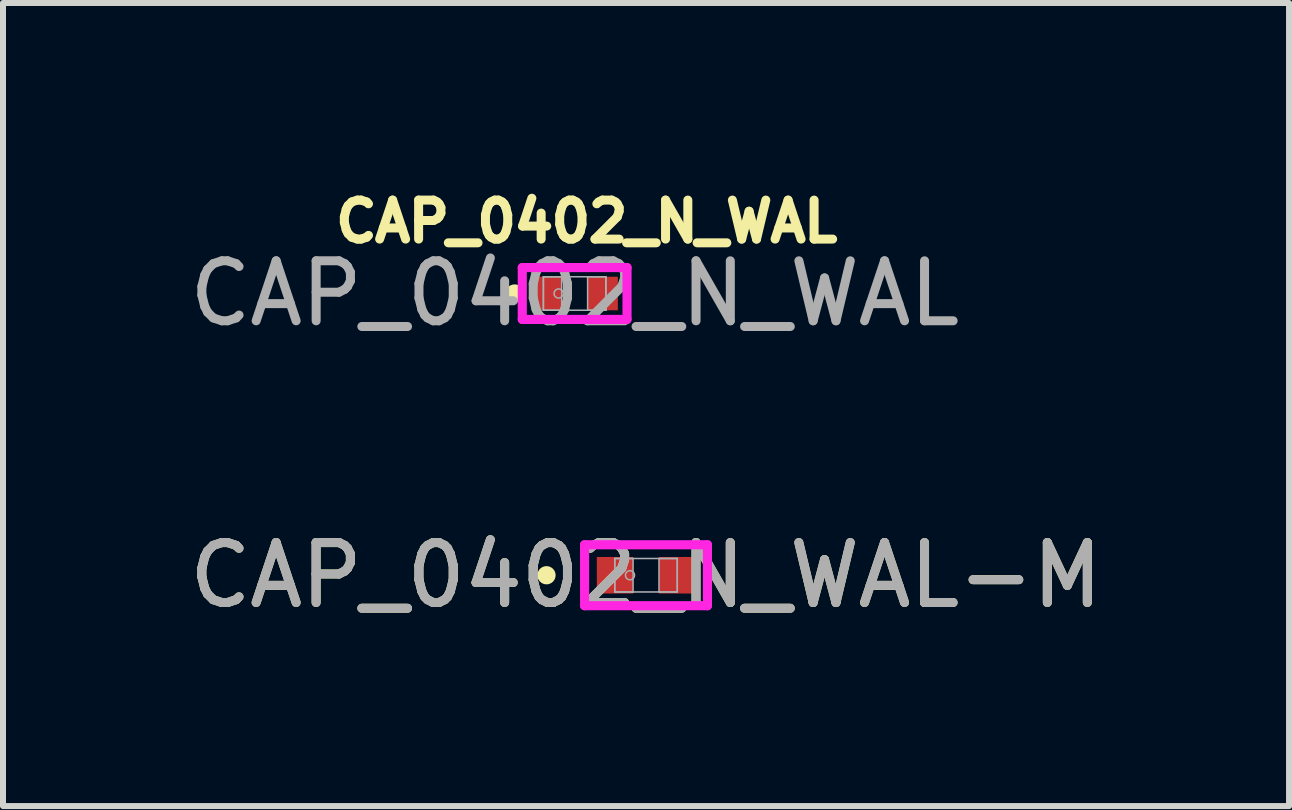
<source format=kicad_pcb>
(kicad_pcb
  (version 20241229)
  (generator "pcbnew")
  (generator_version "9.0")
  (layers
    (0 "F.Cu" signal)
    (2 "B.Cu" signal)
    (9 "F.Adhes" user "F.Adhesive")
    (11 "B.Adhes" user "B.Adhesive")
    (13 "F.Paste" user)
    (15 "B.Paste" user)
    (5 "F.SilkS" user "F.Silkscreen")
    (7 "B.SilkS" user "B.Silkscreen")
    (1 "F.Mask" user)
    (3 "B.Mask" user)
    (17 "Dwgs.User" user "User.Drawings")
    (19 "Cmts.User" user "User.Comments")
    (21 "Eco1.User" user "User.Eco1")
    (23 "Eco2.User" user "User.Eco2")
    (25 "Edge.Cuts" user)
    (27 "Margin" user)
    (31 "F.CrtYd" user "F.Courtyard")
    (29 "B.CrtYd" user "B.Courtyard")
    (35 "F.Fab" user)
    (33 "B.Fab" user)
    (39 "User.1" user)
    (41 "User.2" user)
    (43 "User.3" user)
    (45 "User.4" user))
  (footprint "CAP_0402_N_WAL-M"
    (layer "F.Cu")
    (at 7.72 6.54)
    (property "Reference" "CAP_0402_N_WAL-M" (at 0 0 0) (unlocked yes) (layer "F.SilkS") (effects (font (size 1 1) (thickness 0.15))))
    (attr smd)
    (fp_circle (center -1.659 0) (end -1.583 0) (stroke (width 0.152) (type solid)) (fill no) (layer "F.SilkS"))
    (fp_line (start -1.024 -0.508) (end 1.024 -0.508) (stroke (width 0.152) (type solid)) (layer "F.CrtYd"))
    (fp_line (start -1.024 0.508) (end -1.024 -0.508) (stroke (width 0.152) (type solid)) (layer "F.CrtYd"))
    (fp_line (start 1.024 -0.508) (end 1.024 0.508) (stroke (width 0.152) (type solid)) (layer "F.CrtYd"))
    (fp_line (start 1.024 0.508) (end -1.024 0.508) (stroke (width 0.152) (type solid)) (layer "F.CrtYd"))
    (fp_line (start -0.521 -0.279) (end -0.521 0.279) (stroke (width 0.025) (type solid)) (layer "F.Fab"))
    (fp_line (start -0.521 -0.279) (end -0.521 0.279) (stroke (width 0.025) (type solid)) (layer "F.Fab"))
    (fp_line (start -0.521 0.279) (end -0.216 0.279) (stroke (width 0.025) (type solid)) (layer "F.Fab"))
    (fp_line (start -0.521 0.279) (end 0.521 0.279) (stroke (width 0.025) (type solid)) (layer "F.Fab"))
    (fp_line (start -0.216 -0.279) (end -0.521 -0.279) (stroke (width 0.025) (type solid)) (layer "F.Fab"))
    (fp_line (start -0.216 0.279) (end -0.216 -0.279) (stroke (width 0.025) (type solid)) (layer "F.Fab"))
    (fp_line (start 0.216 -0.279) (end 0.216 0.279) (stroke (width 0.025) (type solid)) (layer "F.Fab"))
    (fp_line (start 0.216 0.279) (end 0.521 0.279) (stroke (width 0.025) (type solid)) (layer "F.Fab"))
    (fp_line (start 0.521 -0.279) (end -0.521 -0.279) (stroke (width 0.025) (type solid)) (layer "F.Fab"))
    (fp_line (start 0.521 -0.279) (end 0.216 -0.279) (stroke (width 0.025) (type solid)) (layer "F.Fab"))
    (fp_line (start 0.521 0.279) (end 0.521 -0.279) (stroke (width 0.025) (type solid)) (layer "F.Fab"))
    (fp_line (start 0.521 0.279) (end 0.521 -0.279) (stroke (width 0.025) (type solid)) (layer "F.Fab"))
    (fp_circle (center -0.267 0) (end -0.191 0) (stroke (width 0.025) (type solid)) (fill no) (layer "F.Fab"))
    (fp_text user "${REFERENCE}" (at 0 0 0) (unlocked yes) (layer "F.Fab") (effects (font (size 1 1) (thickness 0.15))))
    (pad "1" smd rect (at -0.518 0) (size 0.605 0.609) (layers "F.Cu" "F.Mask" "F.Paste"))
    (pad "2" smd rect (at 0.518 0) (size 0.605 0.609) (layers "F.Cu" "F.Mask" "F.Paste"))
    (zone (net_name "") (layer "F.Cu") (hatch full 0.508) (connect_pads) (min_thickness 0.254) (filled_areas_thickness no) (keepout (tracks not_allowed) (vias not_allowed) (pads allowed) (copperpour not_allowed) (footprints allowed)) (placement (enabled no)) (fill) (polygon (pts (xy 7.555 6.311) (xy 7.885 6.311) (xy 7.885 6.769) (xy 7.555 6.769)))))
  (footprint "CAP_0402_N_WAL"
    (layer "F.Cu")
    (at 6.53 1.843)
    (property "Reference" "CAP_0402_N_WAL" (at 0.2 -1.2 0) (unlocked yes) (layer "F.SilkS") (effects (font (size 0.65 0.65) (thickness 0.15))))
    (attr smd)
    (fp_circle (center -1 0) (end -0.924 0) (stroke (width 0.152) (type solid)) (fill no) (layer "F.SilkS"))
    (fp_line (start -0.873 -0.432) (end 0.873 -0.432) (stroke (width 0.152) (type solid)) (layer "F.CrtYd"))
    (fp_line (start -0.873 0.432) (end -0.873 -0.432) (stroke (width 0.152) (type solid)) (layer "F.CrtYd"))
    (fp_line (start 0.873 -0.432) (end 0.873 0.432) (stroke (width 0.152) (type solid)) (layer "F.CrtYd"))
    (fp_line (start 0.873 0.432) (end -0.873 0.432) (stroke (width 0.152) (type solid)) (layer "F.CrtYd"))
    (fp_line (start -0.521 -0.279) (end -0.521 0.279) (stroke (width 0.025) (type solid)) (layer "F.Fab"))
    (fp_line (start -0.521 -0.279) (end -0.521 0.279) (stroke (width 0.025) (type solid)) (layer "F.Fab"))
    (fp_line (start -0.521 0.279) (end -0.216 0.279) (stroke (width 0.025) (type solid)) (layer "F.Fab"))
    (fp_line (start -0.521 0.279) (end 0.521 0.279) (stroke (width 0.025) (type solid)) (layer "F.Fab"))
    (fp_line (start -0.216 -0.279) (end -0.521 -0.279) (stroke (width 0.025) (type solid)) (layer "F.Fab"))
    (fp_line (start -0.216 0.279) (end -0.216 -0.279) (stroke (width 0.025) (type solid)) (layer "F.Fab"))
    (fp_line (start 0.216 -0.279) (end 0.216 0.279) (stroke (width 0.025) (type solid)) (layer "F.Fab"))
    (fp_line (start 0.216 0.279) (end 0.521 0.279) (stroke (width 0.025) (type solid)) (layer "F.Fab"))
    (fp_line (start 0.521 -0.279) (end -0.521 -0.279) (stroke (width 0.025) (type solid)) (layer "F.Fab"))
    (fp_line (start 0.521 -0.279) (end 0.216 -0.279) (stroke (width 0.025) (type solid)) (layer "F.Fab"))
    (fp_line (start 0.521 0.279) (end 0.521 -0.279) (stroke (width 0.025) (type solid)) (layer "F.Fab"))
    (fp_line (start 0.521 0.279) (end 0.521 -0.279) (stroke (width 0.025) (type solid)) (layer "F.Fab"))
    (fp_circle (center -0.267 0) (end -0.191 0) (stroke (width 0.025) (type solid)) (fill no) (layer "F.Fab"))
    (fp_text user "${REFERENCE}" (at 0 0 0) (unlocked yes) (layer "F.Fab") (effects (font (size 1 1) (thickness 0.15))))
    (pad "1" smd rect (at -0.468 0) (size 0.505 0.559) (layers "F.Cu" "F.Mask" "F.Paste"))
    (pad "2" smd rect (at 0.468 0) (size 0.505 0.559) (layers "F.Cu" "F.Mask" "F.Paste"))
    (zone (net_name "") (layer "F.Cu") (hatch full 0.508) (connect_pads) (min_thickness 0.254) (filled_areas_thickness no) (keepout (tracks not_allowed) (vias not_allowed) (pads allowed) (copperpour not_allowed) (footprints allowed)) (placement (enabled no)) (fill) (polygon (pts (xy 6.365 1.615) (xy 6.695 1.615) (xy 6.695 2.072) (xy 6.365 2.072)))))
  (gr_rect
    (start -3 -3)
    (end 18.44 10.388)
    (stroke (width 0.1) (type default))
    (fill no)
    (layer "Edge.Cuts")))
</source>
